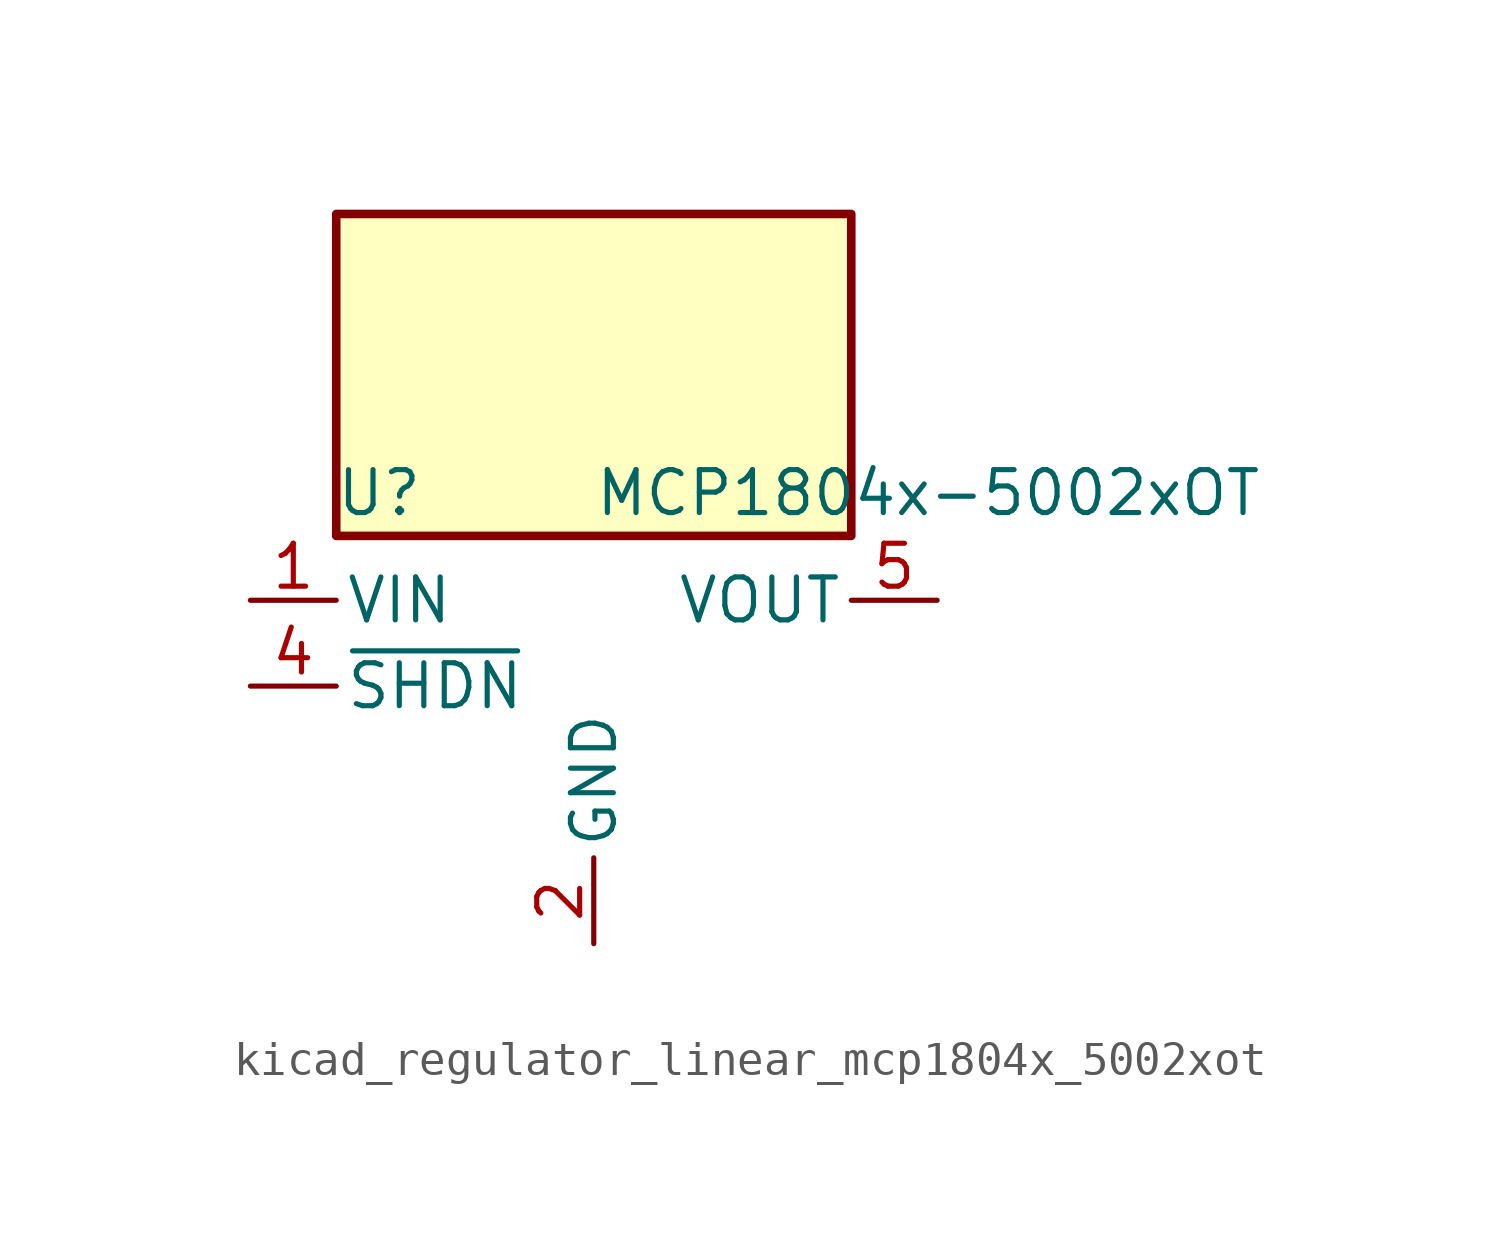
<source format=kicad_sym>
(kicad_symbol_lib
  (version 20220914)
  (generator kicad_symbol_editor)
  (symbol "kicad_regulator_linear_mcp1804x_5002xot"
    (pin_names
      (offset 0.254))
    (property "Reference" "U"
      (at -6.35 5.715 0)
      (effects (font (size 1.27 1.27))))
    (property "Value" "MCP1804x-5002xOT"
      (at 0 5.715 0)
      (effects (font (size 1.27 1.27)) (justify left)))
    (symbol "kicad_regulator_linear_mcp1804x_5002xot_0_1"
      (rectangle (start 7.62 13.97) (end -7.62 4.445) (stroke (width 0.254) (type default)) (fill (type background))))
    (symbol "kicad_regulator_linear_mcp1804x_5002xot_1_1"
      (pin power_in line (at -10.16 2.54 0) (length 2.54) (name "VIN" (effects (font (size 1.27 1.27)))) (number "1" (effects (font (size 1.27 1.27)))))
      (pin power_in line (at 0 -7.62 90) (length 2.54) (name "GND" (effects (font (size 1.27 1.27)))) (number "2" (effects (font (size 1.27 1.27)))))
      (pin no_connect line (at 7.62 0 180) (length 2.54) hide (name "NC" (effects (font (size 1.27 1.27)))) (number "3" (effects (font (size 1.27 1.27)))))
      (pin input line (at -10.16 0 0) (length 2.54) (name "~{SHDN}" (effects (font (size 1.27 1.27)))) (number "4" (effects (font (size 1.27 1.27)))))
      (pin power_out line (at 10.16 2.54 180) (length 2.54) (name "VOUT" (effects (font (size 1.27 1.27)))) (number "5" (effects (font (size 1.27 1.27))))))))
</source>
